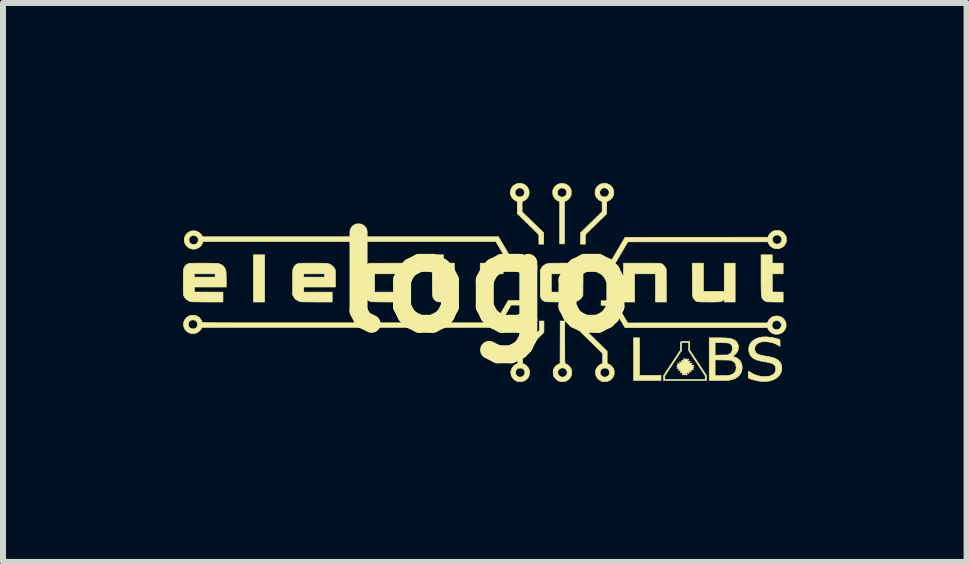
<source format=kicad_pcb>
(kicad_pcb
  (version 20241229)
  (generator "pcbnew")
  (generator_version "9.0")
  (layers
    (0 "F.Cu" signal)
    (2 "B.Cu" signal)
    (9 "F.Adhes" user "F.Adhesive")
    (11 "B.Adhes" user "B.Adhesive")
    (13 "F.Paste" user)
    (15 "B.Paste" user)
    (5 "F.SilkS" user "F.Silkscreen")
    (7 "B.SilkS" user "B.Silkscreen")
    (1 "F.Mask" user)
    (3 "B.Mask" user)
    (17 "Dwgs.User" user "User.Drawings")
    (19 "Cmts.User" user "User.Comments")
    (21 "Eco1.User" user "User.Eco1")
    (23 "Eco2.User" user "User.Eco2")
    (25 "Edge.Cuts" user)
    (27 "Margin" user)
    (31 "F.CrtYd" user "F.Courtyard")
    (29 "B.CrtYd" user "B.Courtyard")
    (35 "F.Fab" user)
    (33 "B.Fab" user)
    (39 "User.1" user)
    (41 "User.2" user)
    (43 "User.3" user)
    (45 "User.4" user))
  (footprint "logo"
    (layer "F.Cu")
    (at 5.032 1.659)
    (property "Reference" "logo" (at 0 0 0) (layer "F.SilkS") (effects (font (size 1.524 1.524) (thickness 0.3))))
    (attr through_hole)
    (fp_poly (pts (xy -3.67 0.326) (xy -3.857 0.326) (xy -3.857 -0.461) (xy -3.67 -0.461) (xy -3.67 0.326)) (stroke (width 0.01) (type solid)) (fill yes) (layer "F.SilkS"))
    (fp_poly (pts (xy 2.578 1.549) (xy 2.938 1.549) (xy 2.938 1.634) (xy 2.481 1.634) (xy 2.481 0.923) (xy 2.578 0.923) (xy 2.578 1.549)) (stroke (width 0.01) (type solid)) (fill yes) (layer "F.SilkS"))
    (fp_poly (pts (xy 0.111 -0.303) (xy 0.112 -0.284) (xy 0.135 -0.299) (xy 0.15 -0.307) (xy 0.163 -0.313) (xy 0.177 -0.318) (xy 0.193 -0.32) (xy 0.214 -0.321) (xy 0.241 -0.322) (xy 0.247 -0.322) (xy 0.305 -0.322) (xy 0.305 -0.144) (xy 0.11 -0.144) (xy 0.11 0.326) (xy -0.076 0.326) (xy -0.076 -0.322) (xy 0.11 -0.322) (xy 0.111 -0.303)) (stroke (width 0.01) (type solid)) (fill yes) (layer "F.SilkS"))
    (fp_poly (pts (xy 2.672 -0.322) (xy 2.723 -0.322) (xy 2.767 -0.322) (xy 2.804 -0.321) (xy 2.835 -0.321) (xy 2.861 -0.321) (xy 2.882 -0.32) (xy 2.899 -0.32) (xy 2.912 -0.319) (xy 2.922 -0.318) (xy 2.929 -0.317) (xy 2.935 -0.316) (xy 2.938 -0.315) (xy 2.962 -0.304) (xy 2.985 -0.285) (xy 3.003 -0.261) (xy 3.013 -0.244) (xy 3.025 -0.218) (xy 3.026 0.054) (xy 3.027 0.326) (xy 2.845 0.326) (xy 2.845 -0.144) (xy 2.498 -0.144) (xy 2.498 0.326) (xy 2.311 0.326) (xy 2.311 -0.322) (xy 2.613 -0.322) (xy 2.672 -0.322)) (stroke (width 0.01) (type solid)) (fill yes) (layer "F.SilkS"))
    (fp_poly (pts (xy 3.346 0.982) (xy 3.416 0.982) (xy 3.417 1.128) (xy 3.696 1.552) (xy 3.696 1.593) (xy 3.696 1.634) (xy 2.98 1.634) (xy 2.98 1.558) (xy 3.001 1.558) (xy 3.001 1.617) (xy 3.675 1.617) (xy 3.675 1.555) (xy 3.537 1.346) (xy 3.399 1.137) (xy 3.399 1.003) (xy 3.281 1.003) (xy 3.281 1.133) (xy 3.001 1.558) (xy 2.98 1.558) (xy 2.98 1.555) (xy 3.26 1.13) (xy 3.26 1.064) (xy 3.26 1.037) (xy 3.26 1.016) (xy 3.262 1.001) (xy 3.267 0.992) (xy 3.276 0.986) (xy 3.29 0.983) (xy 3.31 0.982) (xy 3.336 0.982) (xy 3.346 0.982)) (stroke (width 0.01) (type solid)) (fill yes) (layer "F.SilkS"))
    (fp_poly (pts (xy -1.359 -0.144) (xy -1.837 -0.144) (xy -1.837 0.161) (xy -1.308 0.161) (xy -1.308 0.326) (xy -1.589 0.326) (xy -1.637 0.325) (xy -1.683 0.325) (xy -1.727 0.325) (xy -1.767 0.324) (xy -1.802 0.324) (xy -1.833 0.323) (xy -1.857 0.323) (xy -1.875 0.322) (xy -1.886 0.322) (xy -1.888 0.321) (xy -1.91 0.315) (xy -1.935 0.304) (xy -1.959 0.29) (xy -1.976 0.278) (xy -1.989 0.263) (xy -2.002 0.244) (xy -2.007 0.234) (xy -2.021 0.205) (xy -2.021 -0.214) (xy -2.011 -0.239) (xy -1.996 -0.268) (xy -1.974 -0.291) (xy -1.948 -0.308) (xy -1.924 -0.32) (xy -1.641 -0.321) (xy -1.359 -0.322) (xy -1.359 -0.144)) (stroke (width 0.01) (type solid)) (fill yes) (layer "F.SilkS"))
    (fp_poly (pts (xy 4.792 -0.322) (xy 4.974 -0.322) (xy 4.974 -0.144) (xy 4.792 -0.144) (xy 4.793 0.007) (xy 4.794 0.159) (xy 4.884 0.16) (xy 4.974 0.161) (xy 4.974 0.326) (xy 4.844 0.326) (xy 4.811 0.325) (xy 4.78 0.325) (xy 4.753 0.324) (xy 4.73 0.324) (xy 4.713 0.323) (xy 4.703 0.322) (xy 4.701 0.322) (xy 4.671 0.31) (xy 4.647 0.293) (xy 4.629 0.27) (xy 4.623 0.259) (xy 4.62 0.251) (xy 4.618 0.242) (xy 4.615 0.232) (xy 4.613 0.219) (xy 4.611 0.204) (xy 4.61 0.186) (xy 4.609 0.163) (xy 4.608 0.137) (xy 4.607 0.105) (xy 4.607 0.068) (xy 4.606 0.025) (xy 4.606 -0.025) (xy 4.606 -0.082) (xy 4.606 -0.147) (xy 4.606 -0.149) (xy 4.606 -0.461) (xy 4.792 -0.461) (xy 4.792 -0.322)) (stroke (width 0.01) (type solid)) (fill yes) (layer "F.SilkS"))
    (fp_poly (pts (xy -0.69 -0.322) (xy -0.508 -0.322) (xy -0.508 -0.144) (xy -0.69 -0.144) (xy -0.689 0.007) (xy -0.688 0.159) (xy -0.598 0.16) (xy -0.508 0.161) (xy -0.508 0.326) (xy -0.638 0.326) (xy -0.671 0.325) (xy -0.702 0.325) (xy -0.729 0.324) (xy -0.752 0.324) (xy -0.769 0.323) (xy -0.779 0.322) (xy -0.781 0.322) (xy -0.806 0.313) (xy -0.828 0.298) (xy -0.846 0.28) (xy -0.854 0.269) (xy -0.858 0.262) (xy -0.861 0.256) (xy -0.863 0.249) (xy -0.865 0.242) (xy -0.867 0.233) (xy -0.869 0.222) (xy -0.87 0.208) (xy -0.871 0.191) (xy -0.872 0.171) (xy -0.873 0.146) (xy -0.874 0.116) (xy -0.874 0.081) (xy -0.874 0.039) (xy -0.875 -0.01) (xy -0.875 -0.065) (xy -0.875 -0.124) (xy -0.877 -0.461) (xy -0.69 -0.461) (xy -0.69 -0.322)) (stroke (width 0.01) (type solid)) (fill yes) (layer "F.SilkS"))
    (fp_poly (pts (xy 3.645 0.148) (xy 3.992 0.148) (xy 3.992 -0.322) (xy 4.174 -0.322) (xy 4.174 0.326) (xy 3.992 0.326) (xy 3.992 0.307) (xy 3.992 0.296) (xy 3.99 0.289) (xy 3.99 0.288) (xy 3.985 0.29) (xy 3.976 0.296) (xy 3.968 0.301) (xy 3.959 0.307) (xy 3.951 0.312) (xy 3.942 0.316) (xy 3.932 0.319) (xy 3.92 0.321) (xy 3.905 0.323) (xy 3.887 0.324) (xy 3.863 0.325) (xy 3.834 0.325) (xy 3.799 0.326) (xy 3.756 0.326) (xy 3.738 0.326) (xy 3.7 0.325) (xy 3.665 0.325) (xy 3.632 0.325) (xy 3.603 0.324) (xy 3.58 0.323) (xy 3.562 0.322) (xy 3.552 0.322) (xy 3.551 0.321) (xy 3.523 0.311) (xy 3.5 0.293) (xy 3.481 0.268) (xy 3.471 0.247) (xy 3.461 0.222) (xy 3.46 -0.05) (xy 3.458 -0.322) (xy 3.645 -0.322) (xy 3.645 0.148)) (stroke (width 0.01) (type solid)) (fill yes) (layer "F.SilkS"))
    (fp_poly (pts (xy -4.831 -0.86) (xy -4.799 -0.852) (xy -4.768 -0.836) (xy -4.746 -0.819) (xy -4.733 -0.806) (xy -4.722 -0.792) (xy -4.714 -0.78) (xy -4.714 -0.779) (xy -4.706 -0.762) (xy 0.228 -0.762) (xy 0.339 -0.574) (xy 0.45 -0.385) (xy 0.627 -0.385) (xy 0.627 -0.309) (xy 0.404 -0.309) (xy 0.185 -0.682) (xy -4.697 -0.682) (xy -4.704 -0.661) (xy -4.72 -0.628) (xy -4.742 -0.6) (xy -4.771 -0.579) (xy -4.804 -0.563) (xy -4.839 -0.556) (xy -4.873 -0.556) (xy -4.906 -0.564) (xy -4.936 -0.578) (xy -4.963 -0.598) (xy -4.984 -0.624) (xy -5 -0.655) (xy -5.006 -0.673) (xy -5.011 -0.706) (xy -5.011 -0.71) (xy -4.932 -0.71) (xy -4.928 -0.684) (xy -4.916 -0.662) (xy -4.898 -0.645) (xy -4.88 -0.635) (xy -4.865 -0.632) (xy -4.846 -0.633) (xy -4.827 -0.637) (xy -4.811 -0.644) (xy -4.809 -0.645) (xy -4.792 -0.661) (xy -4.781 -0.682) (xy -4.776 -0.705) (xy -4.778 -0.728) (xy -4.781 -0.738) (xy -4.792 -0.756) (xy -4.809 -0.77) (xy -4.829 -0.781) (xy -4.85 -0.786) (xy -4.866 -0.785) (xy -4.89 -0.776) (xy -4.91 -0.762) (xy -4.924 -0.742) (xy -4.931 -0.72) (xy -4.932 -0.71) (xy -5.011 -0.71) (xy -5.008 -0.738) (xy -4.997 -0.771) (xy -4.996 -0.773) (xy -4.977 -0.803) (xy -4.954 -0.827) (xy -4.926 -0.845) (xy -4.896 -0.857) (xy -4.864 -0.862) (xy -4.831 -0.86)) (stroke (width 0.01) (type solid)) (fill yes) (layer "F.SilkS"))
    (fp_poly (pts (xy 0.986 0.832) (xy 0.809 1.006) (xy 0.631 1.179) (xy 0.631 1.353) (xy 0.652 1.36) (xy 0.671 1.37) (xy 0.692 1.386) (xy 0.711 1.404) (xy 0.726 1.424) (xy 0.729 1.429) (xy 0.742 1.462) (xy 0.747 1.495) (xy 0.745 1.528) (xy 0.736 1.559) (xy 0.721 1.588) (xy 0.699 1.613) (xy 0.672 1.633) (xy 0.64 1.647) (xy 0.613 1.653) (xy 0.584 1.655) (xy 0.558 1.652) (xy 0.552 1.651) (xy 0.52 1.639) (xy 0.492 1.621) (xy 0.468 1.597) (xy 0.45 1.569) (xy 0.438 1.538) (xy 0.433 1.509) (xy 0.513 1.509) (xy 0.518 1.53) (xy 0.53 1.55) (xy 0.548 1.566) (xy 0.564 1.575) (xy 0.58 1.578) (xy 0.6 1.577) (xy 0.621 1.572) (xy 0.635 1.565) (xy 0.652 1.549) (xy 0.663 1.529) (xy 0.668 1.508) (xy 0.667 1.486) (xy 0.659 1.465) (xy 0.646 1.447) (xy 0.628 1.434) (xy 0.621 1.431) (xy 0.606 1.428) (xy 0.587 1.427) (xy 0.569 1.429) (xy 0.555 1.433) (xy 0.535 1.447) (xy 0.521 1.466) (xy 0.514 1.487) (xy 0.513 1.509) (xy 0.433 1.509) (xy 0.433 1.506) (xy 0.434 1.486) (xy 0.441 1.456) (xy 0.454 1.428) (xy 0.472 1.402) (xy 0.494 1.38) (xy 0.518 1.364) (xy 0.539 1.357) (xy 0.55 1.354) (xy 0.55 1.148) (xy 0.73 0.973) (xy 0.91 0.798) (xy 0.91 0.721) (xy 0.91 0.643) (xy 0.986 0.643) (xy 0.986 0.832)) (stroke (width 0.01) (type solid)) (fill yes) (layer "F.SilkS"))
    (fp_poly (pts (xy 0.621 -1.649) (xy 0.652 -1.638) (xy 0.681 -1.62) (xy 0.705 -1.597) (xy 0.713 -1.586) (xy 0.729 -1.555) (xy 0.738 -1.523) (xy 0.739 -1.49) (xy 0.734 -1.458) (xy 0.722 -1.427) (xy 0.703 -1.4) (xy 0.679 -1.377) (xy 0.649 -1.36) (xy 0.646 -1.359) (xy 0.622 -1.349) (xy 0.622 -1.178) (xy 0.802 -1.003) (xy 0.982 -0.828) (xy 0.982 -0.733) (xy 0.982 -0.639) (xy 0.902 -0.639) (xy 0.901 -0.798) (xy 0.722 -0.973) (xy 0.542 -1.148) (xy 0.542 -1.35) (xy 0.515 -1.362) (xy 0.485 -1.381) (xy 0.461 -1.404) (xy 0.443 -1.431) (xy 0.431 -1.461) (xy 0.426 -1.493) (xy 0.426 -1.498) (xy 0.504 -1.498) (xy 0.507 -1.48) (xy 0.516 -1.46) (xy 0.529 -1.444) (xy 0.537 -1.437) (xy 0.554 -1.43) (xy 0.575 -1.426) (xy 0.597 -1.427) (xy 0.617 -1.431) (xy 0.627 -1.436) (xy 0.644 -1.451) (xy 0.654 -1.467) (xy 0.659 -1.488) (xy 0.66 -1.494) (xy 0.66 -1.51) (xy 0.658 -1.522) (xy 0.653 -1.534) (xy 0.651 -1.538) (xy 0.635 -1.556) (xy 0.616 -1.569) (xy 0.594 -1.575) (xy 0.571 -1.576) (xy 0.549 -1.569) (xy 0.529 -1.556) (xy 0.526 -1.553) (xy 0.515 -1.537) (xy 0.507 -1.517) (xy 0.504 -1.498) (xy 0.504 -1.498) (xy 0.426 -1.498) (xy 0.428 -1.525) (xy 0.437 -1.557) (xy 0.453 -1.586) (xy 0.467 -1.604) (xy 0.494 -1.626) (xy 0.524 -1.642) (xy 0.556 -1.651) (xy 0.589 -1.653) (xy 0.621 -1.649)) (stroke (width 0.01) (type solid)) (fill yes) (layer "F.SilkS"))
    (fp_poly (pts (xy -2.819 -0.322) (xy -2.775 -0.321) (xy -2.734 -0.321) (xy -2.699 -0.32) (xy -2.67 -0.32) (xy -2.647 -0.319) (xy -2.631 -0.318) (xy -2.624 -0.317) (xy -2.59 -0.307) (xy -2.558 -0.29) (xy -2.531 -0.268) (xy -2.51 -0.242) (xy -2.503 -0.229) (xy -2.491 -0.205) (xy -2.49 -0.065) (xy -2.489 0.076) (xy -3.018 0.076) (xy -3.018 0.161) (xy -2.544 0.161) (xy -2.544 0.326) (xy -2.797 0.326) (xy -2.843 0.325) (xy -2.887 0.325) (xy -2.928 0.325) (xy -2.966 0.324) (xy -2.999 0.324) (xy -3.026 0.323) (xy -3.048 0.323) (xy -3.062 0.322) (xy -3.069 0.321) (xy -3.091 0.315) (xy -3.116 0.304) (xy -3.14 0.29) (xy -3.157 0.278) (xy -3.17 0.263) (xy -3.183 0.244) (xy -3.189 0.234) (xy -3.203 0.206) (xy -3.204 0.013) (xy -3.204 -0.044) (xy -3.204 -0.093) (xy -3.204 -0.134) (xy -3.203 -0.144) (xy -3.018 -0.144) (xy -3.018 -0.089) (xy -2.671 -0.089) (xy -2.671 -0.144) (xy -3.018 -0.144) (xy -3.203 -0.144) (xy -3.203 -0.166) (xy -3.202 -0.19) (xy -3.201 -0.205) (xy -3.2 -0.208) (xy -3.192 -0.239) (xy -3.177 -0.267) (xy -3.157 -0.29) (xy -3.15 -0.295) (xy -3.143 -0.301) (xy -3.136 -0.305) (xy -3.128 -0.309) (xy -3.12 -0.313) (xy -3.109 -0.315) (xy -3.096 -0.317) (xy -3.08 -0.319) (xy -3.059 -0.32) (xy -3.034 -0.321) (xy -3.004 -0.321) (xy -2.967 -0.322) (xy -2.923 -0.322) (xy -2.871 -0.322) (xy -2.868 -0.322) (xy -2.819 -0.322)) (stroke (width 0.01) (type solid)) (fill yes) (layer "F.SilkS"))
    (fp_poly (pts (xy 2.165 0.307) (xy 2.274 0.491) (xy 2.382 0.675) (xy 4.713 0.675) (xy 4.721 0.653) (xy 4.734 0.627) (xy 4.755 0.604) (xy 4.779 0.584) (xy 4.794 0.575) (xy 4.829 0.563) (xy 4.864 0.558) (xy 4.898 0.561) (xy 4.93 0.571) (xy 4.96 0.588) (xy 4.985 0.611) (xy 5.006 0.64) (xy 5.011 0.651) (xy 5.017 0.665) (xy 5.021 0.679) (xy 5.022 0.695) (xy 5.023 0.711) (xy 5.022 0.73) (xy 5.021 0.744) (xy 5.017 0.757) (xy 5.011 0.771) (xy 5.009 0.775) (xy 4.989 0.806) (xy 4.963 0.831) (xy 4.933 0.85) (xy 4.91 0.858) (xy 4.884 0.862) (xy 4.856 0.863) (xy 4.83 0.861) (xy 4.819 0.858) (xy 4.786 0.843) (xy 4.757 0.821) (xy 4.734 0.794) (xy 4.723 0.774) (xy 4.714 0.754) (xy 2.338 0.754) (xy 2.316 0.716) (xy 4.788 0.716) (xy 4.793 0.738) (xy 4.796 0.744) (xy 4.81 0.765) (xy 4.828 0.779) (xy 4.851 0.786) (xy 4.871 0.786) (xy 4.888 0.785) (xy 4.9 0.781) (xy 4.911 0.774) (xy 4.914 0.772) (xy 4.931 0.753) (xy 4.942 0.732) (xy 4.945 0.709) (xy 4.941 0.686) (xy 4.929 0.665) (xy 4.918 0.653) (xy 4.899 0.641) (xy 4.877 0.636) (xy 4.853 0.636) (xy 4.831 0.642) (xy 4.813 0.655) (xy 4.799 0.673) (xy 4.791 0.694) (xy 4.788 0.716) (xy 2.316 0.716) (xy 2.228 0.567) (xy 2.119 0.381) (xy 2.029 0.381) (xy 1.939 0.381) (xy 1.939 0.305) (xy 2.165 0.307)) (stroke (width 0.01) (type solid)) (fill yes) (layer "F.SilkS"))
    (fp_poly (pts (xy 1.307 -1.651) (xy 1.338 -1.644) (xy 1.367 -1.631) (xy 1.394 -1.612) (xy 1.417 -1.587) (xy 1.431 -1.563) (xy 1.436 -1.552) (xy 1.439 -1.542) (xy 1.441 -1.529) (xy 1.441 -1.511) (xy 1.441 -1.499) (xy 1.441 -1.478) (xy 1.44 -1.463) (xy 1.438 -1.452) (xy 1.435 -1.442) (xy 1.43 -1.432) (xy 1.409 -1.402) (xy 1.384 -1.378) (xy 1.355 -1.36) (xy 1.329 -1.348) (xy 1.329 -0.643) (xy 1.249 -0.643) (xy 1.249 -1.349) (xy 1.225 -1.359) (xy 1.197 -1.374) (xy 1.172 -1.396) (xy 1.152 -1.422) (xy 1.145 -1.436) (xy 1.139 -1.45) (xy 1.135 -1.463) (xy 1.133 -1.477) (xy 1.133 -1.495) (xy 1.133 -1.499) (xy 1.211 -1.499) (xy 1.212 -1.481) (xy 1.216 -1.466) (xy 1.217 -1.466) (xy 1.232 -1.445) (xy 1.251 -1.431) (xy 1.274 -1.424) (xy 1.299 -1.424) (xy 1.323 -1.431) (xy 1.324 -1.431) (xy 1.344 -1.445) (xy 1.357 -1.462) (xy 1.364 -1.482) (xy 1.366 -1.503) (xy 1.362 -1.524) (xy 1.353 -1.543) (xy 1.338 -1.558) (xy 1.319 -1.569) (xy 1.297 -1.574) (xy 1.282 -1.575) (xy 1.269 -1.574) (xy 1.264 -1.573) (xy 1.252 -1.567) (xy 1.238 -1.557) (xy 1.225 -1.544) (xy 1.217 -1.532) (xy 1.212 -1.518) (xy 1.211 -1.499) (xy 1.133 -1.499) (xy 1.133 -1.501) (xy 1.133 -1.521) (xy 1.135 -1.536) (xy 1.138 -1.548) (xy 1.144 -1.561) (xy 1.144 -1.562) (xy 1.163 -1.593) (xy 1.187 -1.616) (xy 1.214 -1.634) (xy 1.244 -1.646) (xy 1.275 -1.651) (xy 1.307 -1.651)) (stroke (width 0.01) (type solid)) (fill yes) (layer "F.SilkS"))
    (fp_poly (pts (xy 2.035 -1.648) (xy 2.067 -1.636) (xy 2.096 -1.617) (xy 2.12 -1.591) (xy 2.134 -1.57) (xy 2.141 -1.555) (xy 2.146 -1.541) (xy 2.148 -1.526) (xy 2.15 -1.507) (xy 2.15 -1.486) (xy 2.149 -1.471) (xy 2.146 -1.457) (xy 2.142 -1.447) (xy 2.128 -1.419) (xy 2.107 -1.394) (xy 2.082 -1.373) (xy 2.059 -1.361) (xy 2.032 -1.349) (xy 2.032 -1.144) (xy 1.854 -0.971) (xy 1.677 -0.798) (xy 1.676 -0.719) (xy 1.676 -0.639) (xy 1.596 -0.639) (xy 1.596 -0.828) (xy 1.776 -1.004) (xy 1.956 -1.179) (xy 1.956 -1.349) (xy 1.933 -1.359) (xy 1.905 -1.374) (xy 1.88 -1.395) (xy 1.86 -1.421) (xy 1.853 -1.433) (xy 1.846 -1.446) (xy 1.842 -1.457) (xy 1.84 -1.468) (xy 1.84 -1.484) (xy 1.839 -1.499) (xy 1.84 -1.505) (xy 1.915 -1.505) (xy 1.918 -1.482) (xy 1.927 -1.459) (xy 1.942 -1.442) (xy 1.963 -1.431) (xy 1.989 -1.427) (xy 1.997 -1.427) (xy 2.013 -1.427) (xy 2.024 -1.428) (xy 2.032 -1.432) (xy 2.041 -1.438) (xy 2.043 -1.44) (xy 2.058 -1.457) (xy 2.069 -1.476) (xy 2.074 -1.496) (xy 2.074 -1.501) (xy 2.07 -1.523) (xy 2.059 -1.543) (xy 2.042 -1.56) (xy 2.021 -1.572) (xy 2.012 -1.575) (xy 1.989 -1.577) (xy 1.967 -1.572) (xy 1.948 -1.561) (xy 1.932 -1.545) (xy 1.921 -1.526) (xy 1.915 -1.505) (xy 1.84 -1.505) (xy 1.84 -1.519) (xy 1.841 -1.534) (xy 1.844 -1.546) (xy 1.849 -1.558) (xy 1.85 -1.562) (xy 1.87 -1.594) (xy 1.895 -1.619) (xy 1.926 -1.638) (xy 1.961 -1.65) (xy 1.967 -1.651) (xy 2.002 -1.654) (xy 2.035 -1.648)) (stroke (width 0.01) (type solid)) (fill yes) (layer "F.SilkS"))
    (fp_poly (pts (xy 1.681 0.795) (xy 1.861 0.972) (xy 2.04 1.148) (xy 2.04 1.35) (xy 2.068 1.362) (xy 2.098 1.38) (xy 2.123 1.404) (xy 2.142 1.432) (xy 2.146 1.439) (xy 2.151 1.452) (xy 2.155 1.465) (xy 2.156 1.479) (xy 2.157 1.499) (xy 2.157 1.501) (xy 2.157 1.52) (xy 2.155 1.534) (xy 2.152 1.546) (xy 2.147 1.56) (xy 2.143 1.567) (xy 2.123 1.598) (xy 2.099 1.623) (xy 2.069 1.64) (xy 2.035 1.651) (xy 2.009 1.654) (xy 1.987 1.654) (xy 1.968 1.652) (xy 1.958 1.65) (xy 1.923 1.634) (xy 1.893 1.612) (xy 1.87 1.585) (xy 1.859 1.566) (xy 1.854 1.554) (xy 1.85 1.543) (xy 1.849 1.531) (xy 1.848 1.514) (xy 1.848 1.501) (xy 1.848 1.495) (xy 1.923 1.495) (xy 1.924 1.519) (xy 1.934 1.541) (xy 1.946 1.555) (xy 1.967 1.57) (xy 1.99 1.578) (xy 2.014 1.577) (xy 2.031 1.572) (xy 2.054 1.559) (xy 2.069 1.541) (xy 2.078 1.519) (xy 2.079 1.503) (xy 2.076 1.478) (xy 2.066 1.457) (xy 2.05 1.44) (xy 2.029 1.43) (xy 2.015 1.428) (xy 1.987 1.428) (xy 1.963 1.435) (xy 1.945 1.448) (xy 1.931 1.469) (xy 1.93 1.471) (xy 1.923 1.495) (xy 1.848 1.495) (xy 1.848 1.48) (xy 1.849 1.465) (xy 1.852 1.453) (xy 1.856 1.442) (xy 1.858 1.437) (xy 1.876 1.41) (xy 1.9 1.386) (xy 1.928 1.366) (xy 1.957 1.353) (xy 1.959 1.352) (xy 1.961 1.348) (xy 1.963 1.342) (xy 1.963 1.332) (xy 1.964 1.316) (xy 1.964 1.294) (xy 1.964 1.266) (xy 1.964 1.182) (xy 1.785 1.007) (xy 1.605 0.832) (xy 1.605 0.738) (xy 1.604 0.643) (xy 1.681 0.643) (xy 1.681 0.795)) (stroke (width 0.01) (type solid)) (fill yes) (layer "F.SilkS"))
    (fp_poly (pts (xy 1.333 0.997) (xy 1.334 1.06) (xy 1.334 1.115) (xy 1.334 1.163) (xy 1.334 1.204) (xy 1.334 1.238) (xy 1.334 1.267) (xy 1.334 1.29) (xy 1.335 1.309) (xy 1.335 1.324) (xy 1.336 1.335) (xy 1.337 1.342) (xy 1.338 1.348) (xy 1.339 1.351) (xy 1.34 1.353) (xy 1.341 1.353) (xy 1.375 1.369) (xy 1.404 1.391) (xy 1.427 1.418) (xy 1.436 1.434) (xy 1.443 1.449) (xy 1.447 1.461) (xy 1.449 1.474) (xy 1.45 1.49) (xy 1.45 1.501) (xy 1.45 1.52) (xy 1.448 1.534) (xy 1.445 1.546) (xy 1.44 1.559) (xy 1.436 1.567) (xy 1.418 1.596) (xy 1.394 1.621) (xy 1.366 1.638) (xy 1.356 1.643) (xy 1.331 1.65) (xy 1.304 1.653) (xy 1.277 1.653) (xy 1.254 1.65) (xy 1.253 1.65) (xy 1.222 1.637) (xy 1.194 1.618) (xy 1.17 1.594) (xy 1.152 1.567) (xy 1.15 1.563) (xy 1.145 1.551) (xy 1.143 1.539) (xy 1.141 1.523) (xy 1.141 1.505) (xy 1.216 1.505) (xy 1.221 1.527) (xy 1.233 1.547) (xy 1.25 1.563) (xy 1.264 1.571) (xy 1.282 1.577) (xy 1.299 1.578) (xy 1.317 1.575) (xy 1.34 1.565) (xy 1.357 1.549) (xy 1.368 1.53) (xy 1.373 1.508) (xy 1.372 1.486) (xy 1.364 1.464) (xy 1.351 1.447) (xy 1.331 1.432) (xy 1.308 1.425) (xy 1.285 1.425) (xy 1.262 1.431) (xy 1.242 1.445) (xy 1.229 1.46) (xy 1.219 1.482) (xy 1.216 1.505) (xy 1.141 1.505) (xy 1.141 1.502) (xy 1.141 1.501) (xy 1.141 1.48) (xy 1.142 1.465) (xy 1.145 1.453) (xy 1.149 1.442) (xy 1.151 1.437) (xy 1.165 1.415) (xy 1.183 1.394) (xy 1.204 1.376) (xy 1.225 1.363) (xy 1.232 1.36) (xy 1.255 1.351) (xy 1.256 0.997) (xy 1.257 0.643) (xy 1.333 0.643) (xy 1.333 0.997)) (stroke (width 0.01) (type solid)) (fill yes) (layer "F.SilkS"))
    (fp_poly (pts (xy 4.893 -0.865) (xy 4.908 -0.865) (xy 4.92 -0.862) (xy 4.931 -0.859) (xy 4.941 -0.854) (xy 4.968 -0.837) (xy 4.992 -0.814) (xy 5.011 -0.789) (xy 5.016 -0.779) (xy 5.021 -0.767) (xy 5.025 -0.755) (xy 5.026 -0.742) (xy 5.027 -0.724) (xy 5.027 -0.713) (xy 5.027 -0.693) (xy 5.026 -0.679) (xy 5.023 -0.667) (xy 5.019 -0.657) (xy 5.015 -0.649) (xy 4.996 -0.619) (xy 4.972 -0.595) (xy 4.95 -0.581) (xy 4.917 -0.568) (xy 4.882 -0.562) (xy 4.849 -0.564) (xy 4.816 -0.572) (xy 4.786 -0.587) (xy 4.76 -0.608) (xy 4.739 -0.635) (xy 4.73 -0.651) (xy 4.718 -0.677) (xy 3.552 -0.677) (xy 2.385 -0.677) (xy 2.275 -0.49) (xy 2.164 -0.303) (xy 2.054 -0.302) (xy 2.025 -0.301) (xy 1.998 -0.301) (xy 1.975 -0.302) (xy 1.957 -0.302) (xy 1.946 -0.303) (xy 1.942 -0.303) (xy 1.94 -0.309) (xy 1.939 -0.32) (xy 1.939 -0.336) (xy 1.939 -0.341) (xy 1.939 -0.377) (xy 2.029 -0.378) (xy 2.119 -0.379) (xy 2.319 -0.72) (xy 4.795 -0.72) (xy 4.797 -0.696) (xy 4.808 -0.673) (xy 4.809 -0.671) (xy 4.824 -0.655) (xy 4.845 -0.644) (xy 4.868 -0.639) (xy 4.892 -0.641) (xy 4.91 -0.648) (xy 4.93 -0.662) (xy 4.943 -0.68) (xy 4.95 -0.701) (xy 4.951 -0.723) (xy 4.946 -0.744) (xy 4.935 -0.763) (xy 4.917 -0.778) (xy 4.91 -0.783) (xy 4.884 -0.791) (xy 4.86 -0.791) (xy 4.837 -0.783) (xy 4.817 -0.767) (xy 4.814 -0.765) (xy 4.8 -0.743) (xy 4.795 -0.72) (xy 2.319 -0.72) (xy 2.339 -0.753) (xy 3.529 -0.753) (xy 4.719 -0.754) (xy 4.728 -0.775) (xy 4.741 -0.797) (xy 4.76 -0.82) (xy 4.782 -0.839) (xy 4.803 -0.852) (xy 4.815 -0.858) (xy 4.825 -0.862) (xy 4.836 -0.865) (xy 4.85 -0.865) (xy 4.869 -0.866) (xy 4.873 -0.866) (xy 4.893 -0.865)) (stroke (width 0.01) (type solid)) (fill yes) (layer "F.SilkS"))
    (fp_poly (pts (xy -4.644 -0.322) (xy -4.599 -0.321) (xy -4.559 -0.321) (xy -4.524 -0.32) (xy -4.494 -0.32) (xy -4.472 -0.319) (xy -4.456 -0.318) (xy -4.449 -0.317) (xy -4.416 -0.308) (xy -4.385 -0.292) (xy -4.358 -0.271) (xy -4.337 -0.246) (xy -4.329 -0.231) (xy -4.323 -0.219) (xy -4.319 -0.205) (xy -4.316 -0.188) (xy -4.313 -0.168) (xy -4.312 -0.143) (xy -4.311 -0.112) (xy -4.31 -0.075) (xy -4.31 -0.035) (xy -4.31 0.076) (xy -4.843 0.076) (xy -4.842 0.117) (xy -4.841 0.159) (xy -4.603 0.16) (xy -4.365 0.161) (xy -4.365 0.326) (xy -4.62 0.326) (xy -4.666 0.325) (xy -4.71 0.325) (xy -4.751 0.325) (xy -4.789 0.324) (xy -4.822 0.324) (xy -4.85 0.323) (xy -4.872 0.323) (xy -4.887 0.322) (xy -4.894 0.321) (xy -4.924 0.312) (xy -4.953 0.297) (xy -4.979 0.277) (xy -5.001 0.253) (xy -5.016 0.228) (xy -5.017 0.225) (xy -5.02 0.219) (xy -5.022 0.214) (xy -5.023 0.208) (xy -5.024 0.2) (xy -5.025 0.19) (xy -5.026 0.177) (xy -5.026 0.161) (xy -5.027 0.14) (xy -5.027 0.113) (xy -5.027 0.08) (xy -5.027 0.041) (xy -5.027 -0.002) (xy -5.027 -0.05) (xy -5.027 -0.09) (xy -5.027 -0.123) (xy -5.027 -0.144) (xy -4.843 -0.144) (xy -4.843 -0.089) (xy -4.496 -0.089) (xy -4.496 -0.144) (xy -4.843 -0.144) (xy -5.027 -0.144) (xy -5.026 -0.149) (xy -5.026 -0.171) (xy -5.025 -0.188) (xy -5.025 -0.201) (xy -5.023 -0.211) (xy -5.022 -0.219) (xy -5.021 -0.226) (xy -5.02 -0.229) (xy -5.007 -0.258) (xy -4.988 -0.283) (xy -4.97 -0.298) (xy -4.963 -0.303) (xy -4.956 -0.307) (xy -4.948 -0.311) (xy -4.94 -0.314) (xy -4.929 -0.316) (xy -4.916 -0.318) (xy -4.899 -0.319) (xy -4.879 -0.32) (xy -4.853 -0.321) (xy -4.822 -0.321) (xy -4.785 -0.322) (xy -4.74 -0.322) (xy -4.693 -0.322) (xy -4.644 -0.322)) (stroke (width 0.01) (type solid)) (fill yes) (layer "F.SilkS"))
    (fp_poly (pts (xy 1.359 -0.322) (xy 1.404 -0.322) (xy 1.442 -0.321) (xy 1.474 -0.321) (xy 1.501 -0.32) (xy 1.522 -0.319) (xy 1.539 -0.317) (xy 1.553 -0.315) (xy 1.564 -0.312) (xy 1.572 -0.308) (xy 1.58 -0.304) (xy 1.586 -0.298) (xy 1.593 -0.292) (xy 1.599 -0.286) (xy 1.613 -0.27) (xy 1.622 -0.256) (xy 1.629 -0.238) (xy 1.63 -0.234) (xy 1.632 -0.227) (xy 1.633 -0.22) (xy 1.635 -0.213) (xy 1.636 -0.204) (xy 1.637 -0.192) (xy 1.637 -0.178) (xy 1.638 -0.159) (xy 1.638 -0.136) (xy 1.638 -0.107) (xy 1.638 -0.073) (xy 1.638 -0.03) (xy 1.637 0.004) (xy 1.636 0.214) (xy 1.625 0.235) (xy 1.606 0.262) (xy 1.581 0.285) (xy 1.552 0.304) (xy 1.519 0.317) (xy 1.501 0.321) (xy 1.492 0.322) (xy 1.475 0.323) (xy 1.452 0.324) (xy 1.423 0.324) (xy 1.391 0.325) (xy 1.354 0.325) (xy 1.316 0.325) (xy 1.276 0.326) (xy 1.235 0.326) (xy 1.195 0.325) (xy 1.157 0.325) (xy 1.121 0.325) (xy 1.089 0.324) (xy 1.061 0.324) (xy 1.039 0.323) (xy 1.023 0.322) (xy 1.015 0.321) (xy 1.015 0.321) (xy 0.985 0.31) (xy 0.961 0.293) (xy 0.942 0.27) (xy 0.932 0.248) (xy 0.931 0.242) (xy 0.929 0.236) (xy 0.928 0.228) (xy 0.927 0.217) (xy 0.926 0.204) (xy 0.926 0.186) (xy 0.926 0.164) (xy 0.925 0.136) (xy 0.925 0.102) (xy 0.925 0.061) (xy 0.925 0.013) (xy 0.925 -0.144) (xy 1.109 -0.144) (xy 1.109 0.161) (xy 1.452 0.161) (xy 1.452 -0.144) (xy 1.109 -0.144) (xy 0.925 -0.144) (xy 0.925 -0.201) (xy 0.937 -0.227) (xy 0.955 -0.257) (xy 0.98 -0.282) (xy 1.01 -0.301) (xy 1.044 -0.314) (xy 1.058 -0.317) (xy 1.067 -0.318) (xy 1.084 -0.319) (xy 1.108 -0.32) (xy 1.139 -0.321) (xy 1.175 -0.321) (xy 1.217 -0.321) (xy 1.263 -0.322) (xy 1.306 -0.322) (xy 1.359 -0.322)) (stroke (width 0.01) (type solid)) (fill yes) (layer "F.SilkS"))
    (fp_poly (pts (xy 3.868 0.923) (xy 3.921 0.923) (xy 3.966 0.924) (xy 4.004 0.925) (xy 4.037 0.927) (xy 4.064 0.93) (xy 4.088 0.933) (xy 4.108 0.937) (xy 4.126 0.943) (xy 4.142 0.949) (xy 4.153 0.955) (xy 4.179 0.971) (xy 4.199 0.992) (xy 4.213 1.015) (xy 4.22 1.029) (xy 4.224 1.042) (xy 4.226 1.054) (xy 4.227 1.07) (xy 4.227 1.081) (xy 4.226 1.102) (xy 4.225 1.117) (xy 4.221 1.13) (xy 4.216 1.143) (xy 4.2 1.171) (xy 4.179 1.194) (xy 4.155 1.213) (xy 4.143 1.221) (xy 4.135 1.227) (xy 4.133 1.23) (xy 4.137 1.232) (xy 4.147 1.235) (xy 4.161 1.24) (xy 4.161 1.24) (xy 4.199 1.257) (xy 4.231 1.279) (xy 4.257 1.307) (xy 4.275 1.339) (xy 4.287 1.375) (xy 4.291 1.414) (xy 4.289 1.447) (xy 4.279 1.488) (xy 4.262 1.523) (xy 4.238 1.554) (xy 4.208 1.581) (xy 4.171 1.602) (xy 4.129 1.617) (xy 4.081 1.628) (xy 4.065 1.63) (xy 4.049 1.631) (xy 4.027 1.632) (xy 3.999 1.633) (xy 3.967 1.633) (xy 3.933 1.634) (xy 3.897 1.634) (xy 3.882 1.634) (xy 3.742 1.634) (xy 3.742 1.554) (xy 3.84 1.554) (xy 3.94 1.553) (xy 3.982 1.553) (xy 4.018 1.552) (xy 4.047 1.551) (xy 4.068 1.548) (xy 4.073 1.548) (xy 4.11 1.538) (xy 4.14 1.523) (xy 4.163 1.504) (xy 4.179 1.479) (xy 4.188 1.45) (xy 4.191 1.422) (xy 4.188 1.388) (xy 4.181 1.36) (xy 4.167 1.337) (xy 4.147 1.319) (xy 4.12 1.305) (xy 4.117 1.304) (xy 4.109 1.301) (xy 4.102 1.298) (xy 4.093 1.297) (xy 4.083 1.295) (xy 4.069 1.294) (xy 4.052 1.294) (xy 4.029 1.293) (xy 4 1.293) (xy 3.966 1.292) (xy 3.84 1.29) (xy 3.84 1.554) (xy 3.742 1.554) (xy 3.742 1.212) (xy 3.84 1.212) (xy 3.942 1.21) (xy 4.045 1.209) (xy 4.069 1.197) (xy 4.094 1.181) (xy 4.111 1.163) (xy 4.122 1.14) (xy 4.127 1.111) (xy 4.128 1.097) (xy 4.125 1.071) (xy 4.118 1.051) (xy 4.106 1.034) (xy 4.104 1.032) (xy 4.095 1.025) (xy 4.086 1.019) (xy 4.076 1.014) (xy 4.063 1.011) (xy 4.047 1.008) (xy 4.025 1.007) (xy 3.998 1.005) (xy 3.964 1.005) (xy 3.947 1.004) (xy 3.84 1.003) (xy 3.84 1.212) (xy 3.742 1.212) (xy 3.742 0.923) (xy 3.868 0.923)) (stroke (width 0.01) (type solid)) (fill yes) (layer "F.SilkS"))
    (fp_poly (pts (xy 0.614 0.377) (xy 0.526 0.377) (xy 0.438 0.377) (xy 0.328 0.563) (xy 0.218 0.749) (xy -4.716 0.749) (xy -4.726 0.769) (xy -4.745 0.797) (xy -4.769 0.82) (xy -4.799 0.838) (xy -4.832 0.85) (xy -4.838 0.851) (xy -4.853 0.853) (xy -4.865 0.854) (xy -4.876 0.854) (xy -4.889 0.851) (xy -4.898 0.849) (xy -4.925 0.841) (xy -4.948 0.83) (xy -4.97 0.813) (xy -4.979 0.804) (xy -5 0.78) (xy -5.013 0.753) (xy -5.02 0.723) (xy -5.022 0.698) (xy -5.022 0.694) (xy -4.944 0.694) (xy -4.942 0.716) (xy -4.934 0.737) (xy -4.919 0.755) (xy -4.902 0.767) (xy -4.886 0.772) (xy -4.866 0.774) (xy -4.846 0.773) (xy -4.831 0.769) (xy -4.831 0.769) (xy -4.818 0.76) (xy -4.805 0.747) (xy -4.795 0.733) (xy -4.79 0.721) (xy -4.788 0.711) (xy -4.788 0.696) (xy -4.789 0.69) (xy -4.795 0.667) (xy -4.807 0.648) (xy -4.824 0.634) (xy -4.845 0.626) (xy -4.867 0.623) (xy -4.891 0.627) (xy -4.911 0.637) (xy -4.928 0.653) (xy -4.939 0.673) (xy -4.944 0.694) (xy -5.022 0.694) (xy -5.022 0.68) (xy -5.02 0.667) (xy -5.016 0.654) (xy -5.009 0.638) (xy -5.007 0.633) (xy -4.99 0.606) (xy -4.97 0.584) (xy -4.945 0.567) (xy -4.932 0.56) (xy -4.92 0.554) (xy -4.909 0.551) (xy -4.896 0.549) (xy -4.88 0.548) (xy -4.866 0.548) (xy -4.845 0.549) (xy -4.83 0.55) (xy -4.818 0.552) (xy -4.807 0.556) (xy -4.8 0.559) (xy -4.783 0.569) (xy -4.765 0.581) (xy -4.757 0.588) (xy -4.745 0.601) (xy -4.734 0.617) (xy -4.723 0.634) (xy -4.716 0.65) (xy -4.712 0.663) (xy -4.712 0.665) (xy -4.712 0.666) (xy -4.711 0.666) (xy -4.71 0.667) (xy -4.707 0.667) (xy -4.704 0.668) (xy -4.7 0.668) (xy -4.693 0.669) (xy -4.686 0.669) (xy -4.676 0.669) (xy -4.664 0.67) (xy -4.65 0.67) (xy -4.634 0.67) (xy -4.614 0.671) (xy -4.592 0.671) (xy -4.567 0.671) (xy -4.538 0.671) (xy -4.506 0.671) (xy -4.47 0.672) (xy -4.43 0.672) (xy -4.387 0.672) (xy -4.338 0.672) (xy -4.285 0.672) (xy -4.228 0.672) (xy -4.165 0.673) (xy -4.098 0.673) (xy -4.025 0.673) (xy -3.946 0.673) (xy -3.862 0.673) (xy -3.772 0.673) (xy -3.675 0.673) (xy -3.572 0.673) (xy -3.463 0.673) (xy -3.347 0.673) (xy -3.224 0.673) (xy -3.094 0.673) (xy -2.956 0.673) (xy -2.811 0.673) (xy -2.658 0.673) (xy -2.497 0.673) (xy -2.327 0.673) (xy 0.173 0.673) (xy 0.282 0.487) (xy 0.392 0.301) (xy 0.503 0.301) (xy 0.614 0.301) (xy 0.614 0.377)) (stroke (width 0.01) (type solid)) (fill yes) (layer "F.SilkS"))
    (fp_poly (pts (xy 4.725 0.91) (xy 4.768 0.915) (xy 4.805 0.921) (xy 4.841 0.929) (xy 4.877 0.94) (xy 4.881 0.941) (xy 4.921 0.955) (xy 4.922 1.011) (xy 4.923 1.031) (xy 4.923 1.049) (xy 4.923 1.061) (xy 4.922 1.067) (xy 4.922 1.067) (xy 4.918 1.065) (xy 4.909 1.059) (xy 4.896 1.051) (xy 4.895 1.05) (xy 4.85 1.025) (xy 4.799 1.005) (xy 4.745 0.993) (xy 4.694 0.988) (xy 4.651 0.987) (xy 4.615 0.991) (xy 4.583 0.999) (xy 4.556 1.012) (xy 4.536 1.027) (xy 4.518 1.046) (xy 4.506 1.07) (xy 4.5 1.096) (xy 4.501 1.123) (xy 4.508 1.148) (xy 4.521 1.17) (xy 4.525 1.174) (xy 4.534 1.183) (xy 4.545 1.19) (xy 4.558 1.197) (xy 4.575 1.204) (xy 4.596 1.21) (xy 4.623 1.216) (xy 4.656 1.223) (xy 4.693 1.23) (xy 4.739 1.238) (xy 4.777 1.247) (xy 4.809 1.256) (xy 4.836 1.265) (xy 4.859 1.276) (xy 4.879 1.288) (xy 4.897 1.302) (xy 4.905 1.309) (xy 4.923 1.329) (xy 4.936 1.351) (xy 4.945 1.378) (xy 4.949 1.401) (xy 4.952 1.44) (xy 4.946 1.477) (xy 4.933 1.512) (xy 4.913 1.545) (xy 4.886 1.574) (xy 4.854 1.6) (xy 4.816 1.62) (xy 4.773 1.636) (xy 4.765 1.638) (xy 4.74 1.643) (xy 4.71 1.647) (xy 4.676 1.649) (xy 4.642 1.649) (xy 4.61 1.648) (xy 4.591 1.647) (xy 4.543 1.639) (xy 4.493 1.627) (xy 4.444 1.613) (xy 4.435 1.609) (xy 4.394 1.594) (xy 4.394 1.536) (xy 4.394 1.514) (xy 4.395 1.497) (xy 4.396 1.484) (xy 4.397 1.478) (xy 4.397 1.478) (xy 4.402 1.481) (xy 4.412 1.487) (xy 4.426 1.496) (xy 4.432 1.5) (xy 4.483 1.529) (xy 4.538 1.55) (xy 4.595 1.564) (xy 4.646 1.57) (xy 4.693 1.569) (xy 4.735 1.564) (xy 4.77 1.553) (xy 4.8 1.539) (xy 4.823 1.519) (xy 4.84 1.496) (xy 4.849 1.469) (xy 4.851 1.445) (xy 4.849 1.416) (xy 4.84 1.392) (xy 4.825 1.373) (xy 4.803 1.358) (xy 4.8 1.357) (xy 4.787 1.35) (xy 4.772 1.345) (xy 4.755 1.34) (xy 4.733 1.335) (xy 4.706 1.329) (xy 4.672 1.323) (xy 4.661 1.321) (xy 4.625 1.314) (xy 4.596 1.309) (xy 4.572 1.303) (xy 4.553 1.298) (xy 4.536 1.293) (xy 4.52 1.287) (xy 4.506 1.28) (xy 4.471 1.26) (xy 4.443 1.235) (xy 4.422 1.205) (xy 4.408 1.17) (xy 4.402 1.144) (xy 4.4 1.105) (xy 4.406 1.067) (xy 4.419 1.032) (xy 4.439 1) (xy 4.457 0.981) (xy 4.493 0.954) (xy 4.535 0.932) (xy 4.581 0.917) (xy 4.633 0.909) (xy 4.689 0.907) (xy 4.725 0.91)) (stroke (width 0.01) (type solid)) (fill yes) (layer "F.SilkS"))
    (fp_poly (pts (xy 3.324 1.27) (xy 3.328 1.275) (xy 3.333 1.281) (xy 3.339 1.281) (xy 3.345 1.277) (xy 3.353 1.273) (xy 3.359 1.274) (xy 3.365 1.28) (xy 3.371 1.286) (xy 3.376 1.286) (xy 3.383 1.28) (xy 3.389 1.275) (xy 3.393 1.276) (xy 3.395 1.279) (xy 3.399 1.287) (xy 3.396 1.291) (xy 3.393 1.293) (xy 3.387 1.298) (xy 3.388 1.306) (xy 3.393 1.313) (xy 3.4 1.316) (xy 3.408 1.313) (xy 3.409 1.313) (xy 3.417 1.31) (xy 3.423 1.313) (xy 3.426 1.317) (xy 3.423 1.322) (xy 3.419 1.325) (xy 3.41 1.333) (xy 3.42 1.344) (xy 3.427 1.351) (xy 3.432 1.352) (xy 3.438 1.348) (xy 3.438 1.348) (xy 3.445 1.343) (xy 3.45 1.344) (xy 3.453 1.347) (xy 3.457 1.353) (xy 3.455 1.356) (xy 3.451 1.359) (xy 3.443 1.364) (xy 3.443 1.369) (xy 3.448 1.378) (xy 3.454 1.383) (xy 3.46 1.383) (xy 3.465 1.38) (xy 3.474 1.377) (xy 3.479 1.378) (xy 3.481 1.38) (xy 3.483 1.385) (xy 3.479 1.39) (xy 3.477 1.392) (xy 3.467 1.398) (xy 3.484 1.422) (xy 3.476 1.427) (xy 3.468 1.433) (xy 3.469 1.441) (xy 3.474 1.448) (xy 3.479 1.454) (xy 3.477 1.457) (xy 3.474 1.459) (xy 3.465 1.458) (xy 3.458 1.454) (xy 3.452 1.449) (xy 3.447 1.45) (xy 3.441 1.455) (xy 3.435 1.462) (xy 3.435 1.467) (xy 3.439 1.472) (xy 3.444 1.479) (xy 3.442 1.483) (xy 3.439 1.486) (xy 3.433 1.489) (xy 3.428 1.486) (xy 3.425 1.483) (xy 3.42 1.477) (xy 3.416 1.476) (xy 3.408 1.481) (xy 3.408 1.482) (xy 3.401 1.487) (xy 3.4 1.492) (xy 3.405 1.498) (xy 3.406 1.499) (xy 3.411 1.505) (xy 3.41 1.51) (xy 3.408 1.511) (xy 3.399 1.515) (xy 3.394 1.512) (xy 3.392 1.509) (xy 3.387 1.503) (xy 3.379 1.505) (xy 3.372 1.511) (xy 3.367 1.518) (xy 3.368 1.523) (xy 3.371 1.528) (xy 3.376 1.534) (xy 3.374 1.539) (xy 3.372 1.541) (xy 3.366 1.544) (xy 3.361 1.54) (xy 3.358 1.537) (xy 3.351 1.528) (xy 3.34 1.536) (xy 3.329 1.545) (xy 3.32 1.536) (xy 3.313 1.53) (xy 3.306 1.531) (xy 3.302 1.532) (xy 3.292 1.535) (xy 3.287 1.532) (xy 3.288 1.525) (xy 3.291 1.52) (xy 3.296 1.513) (xy 3.295 1.507) (xy 3.293 1.504) (xy 3.288 1.497) (xy 3.286 1.495) (xy 3.283 1.496) (xy 3.275 1.5) (xy 3.275 1.5) (xy 3.267 1.505) (xy 3.263 1.504) (xy 3.261 1.501) (xy 3.262 1.493) (xy 3.265 1.487) (xy 3.27 1.48) (xy 3.269 1.474) (xy 3.266 1.47) (xy 3.257 1.462) (xy 3.248 1.462) (xy 3.243 1.467) (xy 3.238 1.472) (xy 3.234 1.469) (xy 3.233 1.467) (xy 3.232 1.458) (xy 3.236 1.453) (xy 3.24 1.446) (xy 3.239 1.441) (xy 3.236 1.436) (xy 3.23 1.429) (xy 3.225 1.429) (xy 3.219 1.433) (xy 3.212 1.437) (xy 3.206 1.435) (xy 3.205 1.433) (xy 3.203 1.428) (xy 3.209 1.421) (xy 3.209 1.42) (xy 3.217 1.413) (xy 3.209 1.403) (xy 3.2 1.394) (xy 3.212 1.385) (xy 3.219 1.379) (xy 3.221 1.375) (xy 3.217 1.369) (xy 3.215 1.368) (xy 3.21 1.36) (xy 3.212 1.354) (xy 3.212 1.354) (xy 3.218 1.352) (xy 3.225 1.356) (xy 3.234 1.362) (xy 3.242 1.361) (xy 3.248 1.355) (xy 3.253 1.349) (xy 3.251 1.342) (xy 3.249 1.34) (xy 3.246 1.331) (xy 3.248 1.326) (xy 3.253 1.323) (xy 3.259 1.327) (xy 3.261 1.329) (xy 3.268 1.334) (xy 3.273 1.334) (xy 3.281 1.329) (xy 3.288 1.324) (xy 3.288 1.319) (xy 3.283 1.313) (xy 3.283 1.312) (xy 3.278 1.305) (xy 3.279 1.301) (xy 3.281 1.3) (xy 3.289 1.299) (xy 3.294 1.302) (xy 3.302 1.307) (xy 3.309 1.306) (xy 3.315 1.301) (xy 3.321 1.295) (xy 3.319 1.29) (xy 3.316 1.286) (xy 3.312 1.279) (xy 3.314 1.273) (xy 3.315 1.272) (xy 3.32 1.268) (xy 3.324 1.27)) (stroke (width 0.01) (type solid)) (fill yes) (layer "F.SilkS")))
  (gr_rect
    (start -3 -3)
    (end 13.064 6.318)
    (stroke (width 0.1) (type default))
    (fill no)
    (layer "Edge.Cuts")))
</source>
